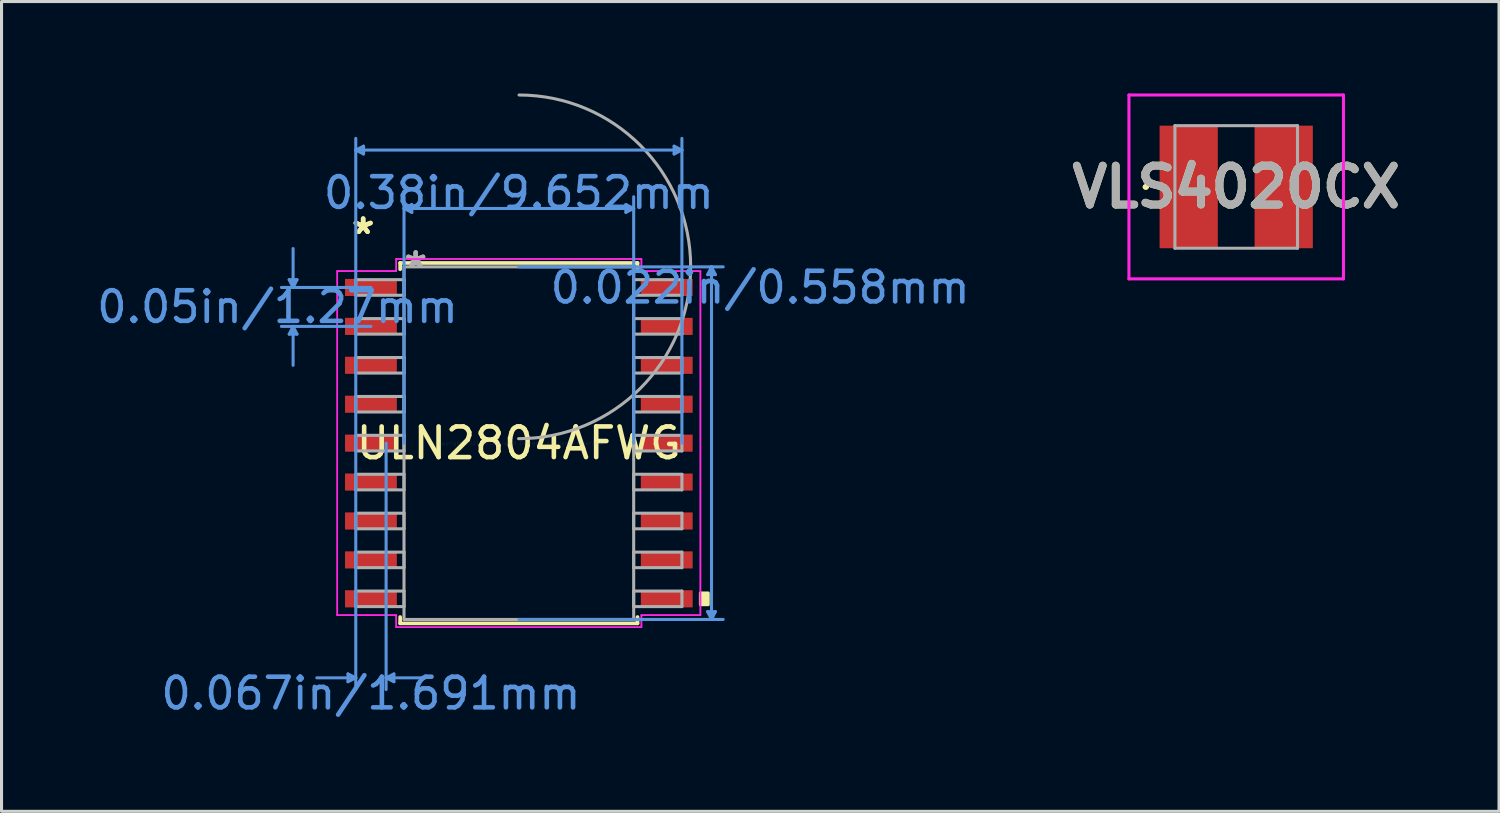
<source format=kicad_pcb>
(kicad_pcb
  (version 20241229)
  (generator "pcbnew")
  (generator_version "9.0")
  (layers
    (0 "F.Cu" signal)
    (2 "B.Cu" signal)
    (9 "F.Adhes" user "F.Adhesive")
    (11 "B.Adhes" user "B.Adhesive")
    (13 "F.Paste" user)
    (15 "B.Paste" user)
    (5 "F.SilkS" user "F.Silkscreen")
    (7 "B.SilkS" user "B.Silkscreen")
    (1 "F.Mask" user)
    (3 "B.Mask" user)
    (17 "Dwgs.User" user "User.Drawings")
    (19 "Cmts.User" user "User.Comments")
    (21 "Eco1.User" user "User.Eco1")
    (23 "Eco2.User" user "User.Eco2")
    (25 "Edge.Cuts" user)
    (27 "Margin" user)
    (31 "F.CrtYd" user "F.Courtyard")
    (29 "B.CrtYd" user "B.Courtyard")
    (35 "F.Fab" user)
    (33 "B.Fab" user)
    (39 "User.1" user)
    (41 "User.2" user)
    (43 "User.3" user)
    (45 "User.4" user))
  (footprint "ULN2804AFWG"
    (layer "F.Cu")
    (at 13.88 11.41)
    (property "Reference" "ULN2804AFWG" (at 0 0 0) (layer "F.SilkS") (effects (font (size 1 1) (thickness 0.15))))
    (attr through_hole)
    (fp_line (start -3.873 -5.88) (end -3.873 -5.674) (stroke (width 0.12) (type solid)) (layer "F.SilkS"))
    (fp_line (start -3.873 5.674) (end -3.873 5.88) (stroke (width 0.12) (type solid)) (layer "F.SilkS"))
    (fp_line (start -3.873 5.88) (end 3.873 5.88) (stroke (width 0.12) (type solid)) (layer "F.SilkS"))
    (fp_line (start 3.873 -5.88) (end -3.873 -5.88) (stroke (width 0.12) (type solid)) (layer "F.SilkS"))
    (fp_line (start 3.873 -5.674) (end 3.873 -5.88) (stroke (width 0.12) (type solid)) (layer "F.SilkS"))
    (fp_line (start 3.873 5.88) (end 3.873 5.674) (stroke (width 0.12) (type solid)) (layer "F.SilkS"))
    (fp_poly (pts (xy 6.179 4.889) (xy 6.179 5.271) (xy 5.925 5.271) (xy 5.925 4.889)) (stroke (width 0.1) (type solid)) (fill yes) (layer "F.SilkS"))
    (fp_line (start -7.493 -5.334) (end -7.239 -5.334) (stroke (width 0.1) (type solid)) (layer "Cmts.User"))
    (fp_line (start -7.493 -3.556) (end -7.239 -3.556) (stroke (width 0.1) (type solid)) (layer "Cmts.User"))
    (fp_line (start -7.366 -5.08) (end -7.493 -5.334) (stroke (width 0.1) (type solid)) (layer "Cmts.User"))
    (fp_line (start -7.366 -5.08) (end -7.366 -6.35) (stroke (width 0.1) (type solid)) (layer "Cmts.User"))
    (fp_line (start -7.366 -5.08) (end -7.239 -5.334) (stroke (width 0.1) (type solid)) (layer "Cmts.User"))
    (fp_line (start -7.366 -3.81) (end -7.493 -3.556) (stroke (width 0.1) (type solid)) (layer "Cmts.User"))
    (fp_line (start -7.366 -3.81) (end -7.366 -2.54) (stroke (width 0.1) (type solid)) (layer "Cmts.User"))
    (fp_line (start -7.366 -3.81) (end -7.239 -3.556) (stroke (width 0.1) (type solid)) (layer "Cmts.User"))
    (fp_line (start -5.575 7.531) (end -5.575 7.785) (stroke (width 0.1) (type solid)) (layer "Cmts.User"))
    (fp_line (start -5.321 -9.563) (end -5.067 -9.69) (stroke (width 0.1) (type solid)) (layer "Cmts.User"))
    (fp_line (start -5.321 -9.563) (end -5.067 -9.436) (stroke (width 0.1) (type solid)) (layer "Cmts.User"))
    (fp_line (start -5.321 -9.563) (end 5.321 -9.563) (stroke (width 0.1) (type solid)) (layer "Cmts.User"))
    (fp_line (start -5.321 0) (end -5.321 -9.944) (stroke (width 0.1) (type solid)) (layer "Cmts.User"))
    (fp_line (start -5.321 0) (end -5.321 8.039) (stroke (width 0.1) (type solid)) (layer "Cmts.User"))
    (fp_line (start -5.321 7.658) (end -6.591 7.658) (stroke (width 0.1) (type solid)) (layer "Cmts.User"))
    (fp_line (start -5.321 7.658) (end -5.575 7.531) (stroke (width 0.1) (type solid)) (layer "Cmts.User"))
    (fp_line (start -5.321 7.658) (end -5.575 7.785) (stroke (width 0.1) (type solid)) (layer "Cmts.User"))
    (fp_line (start -5.067 -9.69) (end -5.067 -9.436) (stroke (width 0.1) (type solid)) (layer "Cmts.User"))
    (fp_line (start -4.826 -5.08) (end -7.747 -5.08) (stroke (width 0.1) (type solid)) (layer "Cmts.User"))
    (fp_line (start -4.826 -3.81) (end -7.747 -3.81) (stroke (width 0.1) (type solid)) (layer "Cmts.User"))
    (fp_line (start -4.331 0) (end -4.331 8.039) (stroke (width 0.1) (type solid)) (layer "Cmts.User"))
    (fp_line (start -4.331 7.658) (end -4.077 7.531) (stroke (width 0.1) (type solid)) (layer "Cmts.User"))
    (fp_line (start -4.331 7.658) (end -4.077 7.785) (stroke (width 0.1) (type solid)) (layer "Cmts.User"))
    (fp_line (start -4.331 7.658) (end -3.061 7.658) (stroke (width 0.1) (type solid)) (layer "Cmts.User"))
    (fp_line (start -4.077 7.531) (end -4.077 7.785) (stroke (width 0.1) (type solid)) (layer "Cmts.User"))
    (fp_line (start -3.747 -7.658) (end -3.493 -7.785) (stroke (width 0.1) (type solid)) (layer "Cmts.User"))
    (fp_line (start -3.747 -7.658) (end -3.493 -7.531) (stroke (width 0.1) (type solid)) (layer "Cmts.User"))
    (fp_line (start -3.747 -7.658) (end 3.747 -7.658) (stroke (width 0.1) (type solid)) (layer "Cmts.User"))
    (fp_line (start -3.747 0) (end -3.747 -8.039) (stroke (width 0.1) (type solid)) (layer "Cmts.User"))
    (fp_line (start -3.493 -7.785) (end -3.493 -7.531) (stroke (width 0.1) (type solid)) (layer "Cmts.User"))
    (fp_line (start 0 -5.753) (end 6.668 -5.753) (stroke (width 0.1) (type solid)) (layer "Cmts.User"))
    (fp_line (start 0 5.753) (end 6.668 5.753) (stroke (width 0.1) (type solid)) (layer "Cmts.User"))
    (fp_line (start 3.493 -7.785) (end 3.493 -7.531) (stroke (width 0.1) (type solid)) (layer "Cmts.User"))
    (fp_line (start 3.747 -7.658) (end 3.493 -7.785) (stroke (width 0.1) (type solid)) (layer "Cmts.User"))
    (fp_line (start 3.747 -7.658) (end 3.493 -7.531) (stroke (width 0.1) (type solid)) (layer "Cmts.User"))
    (fp_line (start 3.747 0) (end 3.747 -8.039) (stroke (width 0.1) (type solid)) (layer "Cmts.User"))
    (fp_line (start 5.067 -9.69) (end 5.067 -9.436) (stroke (width 0.1) (type solid)) (layer "Cmts.User"))
    (fp_line (start 5.321 -9.563) (end 5.067 -9.69) (stroke (width 0.1) (type solid)) (layer "Cmts.User"))
    (fp_line (start 5.321 -9.563) (end 5.067 -9.436) (stroke (width 0.1) (type solid)) (layer "Cmts.User"))
    (fp_line (start 5.321 0) (end 5.321 -9.944) (stroke (width 0.1) (type solid)) (layer "Cmts.User"))
    (fp_line (start 6.16 -5.499) (end 6.413 -5.499) (stroke (width 0.1) (type solid)) (layer "Cmts.User"))
    (fp_line (start 6.16 5.499) (end 6.413 5.499) (stroke (width 0.1) (type solid)) (layer "Cmts.User"))
    (fp_line (start 6.287 -5.753) (end 6.16 -5.499) (stroke (width 0.1) (type solid)) (layer "Cmts.User"))
    (fp_line (start 6.287 -5.753) (end 6.287 5.753) (stroke (width 0.1) (type solid)) (layer "Cmts.User"))
    (fp_line (start 6.287 -5.753) (end 6.413 -5.499) (stroke (width 0.1) (type solid)) (layer "Cmts.User"))
    (fp_line (start 6.287 5.753) (end 6.16 5.499) (stroke (width 0.1) (type solid)) (layer "Cmts.User"))
    (fp_line (start 6.287 5.753) (end 6.413 5.499) (stroke (width 0.1) (type solid)) (layer "Cmts.User"))
    (fp_line (start -5.925 -5.613) (end -4 -5.613) (stroke (width 0.05) (type solid)) (layer "F.CrtYd"))
    (fp_line (start -5.925 -5.613) (end -4 -5.613) (stroke (width 0.05) (type solid)) (layer "F.CrtYd"))
    (fp_line (start -5.925 5.613) (end -5.925 -5.613) (stroke (width 0.05) (type solid)) (layer "F.CrtYd"))
    (fp_line (start -5.925 5.613) (end -5.925 -5.613) (stroke (width 0.05) (type solid)) (layer "F.CrtYd"))
    (fp_line (start -5.925 5.613) (end -4 5.613) (stroke (width 0.05) (type solid)) (layer "F.CrtYd"))
    (fp_line (start -4 -6.007) (end 4 -6.007) (stroke (width 0.05) (type solid)) (layer "F.CrtYd"))
    (fp_line (start -4 -6.007) (end 4 -6.007) (stroke (width 0.05) (type solid)) (layer "F.CrtYd"))
    (fp_line (start -4 -5.613) (end -4 -6.007) (stroke (width 0.05) (type solid)) (layer "F.CrtYd"))
    (fp_line (start -4 -5.613) (end -4 -6.007) (stroke (width 0.05) (type solid)) (layer "F.CrtYd"))
    (fp_line (start -4 5.613) (end -5.925 5.613) (stroke (width 0.05) (type solid)) (layer "F.CrtYd"))
    (fp_line (start -4 6.007) (end -4 5.613) (stroke (width 0.05) (type solid)) (layer "F.CrtYd"))
    (fp_line (start -4 6.007) (end -4 5.613) (stroke (width 0.05) (type solid)) (layer "F.CrtYd"))
    (fp_line (start 4 -6.007) (end 4 -5.613) (stroke (width 0.05) (type solid)) (layer "F.CrtYd"))
    (fp_line (start 4 -6.007) (end 4 -5.613) (stroke (width 0.05) (type solid)) (layer "F.CrtYd"))
    (fp_line (start 4 -5.613) (end 5.925 -5.613) (stroke (width 0.05) (type solid)) (layer "F.CrtYd"))
    (fp_line (start 4 5.613) (end 4 6.007) (stroke (width 0.05) (type solid)) (layer "F.CrtYd"))
    (fp_line (start 4 5.613) (end 4 6.007) (stroke (width 0.05) (type solid)) (layer "F.CrtYd"))
    (fp_line (start 4 6.007) (end -4 6.007) (stroke (width 0.05) (type solid)) (layer "F.CrtYd"))
    (fp_line (start 4 6.007) (end -4 6.007) (stroke (width 0.05) (type solid)) (layer "F.CrtYd"))
    (fp_line (start 5.925 -5.613) (end 4 -5.613) (stroke (width 0.05) (type solid)) (layer "F.CrtYd"))
    (fp_line (start 5.925 -5.613) (end 5.925 5.613) (stroke (width 0.05) (type solid)) (layer "F.CrtYd"))
    (fp_line (start 5.925 -5.613) (end 5.925 5.613) (stroke (width 0.05) (type solid)) (layer "F.CrtYd"))
    (fp_line (start 5.925 5.613) (end 4 5.613) (stroke (width 0.05) (type solid)) (layer "F.CrtYd"))
    (fp_line (start 5.925 5.613) (end 4 5.613) (stroke (width 0.05) (type solid)) (layer "F.CrtYd"))
    (fp_line (start -5.321 -5.334) (end -5.321 -4.826) (stroke (width 0.1) (type solid)) (layer "F.Fab"))
    (fp_line (start -5.321 -4.826) (end -3.747 -4.826) (stroke (width 0.1) (type solid)) (layer "F.Fab"))
    (fp_line (start -5.321 -4.064) (end -5.321 -3.556) (stroke (width 0.1) (type solid)) (layer "F.Fab"))
    (fp_line (start -5.321 -3.556) (end -3.747 -3.556) (stroke (width 0.1) (type solid)) (layer "F.Fab"))
    (fp_line (start -5.321 -2.794) (end -5.321 -2.286) (stroke (width 0.1) (type solid)) (layer "F.Fab"))
    (fp_line (start -5.321 -2.286) (end -3.747 -2.286) (stroke (width 0.1) (type solid)) (layer "F.Fab"))
    (fp_line (start -5.321 -1.524) (end -5.321 -1.016) (stroke (width 0.1) (type solid)) (layer "F.Fab"))
    (fp_line (start -5.321 -1.016) (end -3.747 -1.016) (stroke (width 0.1) (type solid)) (layer "F.Fab"))
    (fp_line (start -5.321 -0.254) (end -5.321 0.254) (stroke (width 0.1) (type solid)) (layer "F.Fab"))
    (fp_line (start -5.321 0.254) (end -3.747 0.254) (stroke (width 0.1) (type solid)) (layer "F.Fab"))
    (fp_line (start -5.321 1.016) (end -5.321 1.524) (stroke (width 0.1) (type solid)) (layer "F.Fab"))
    (fp_line (start -5.321 1.524) (end -3.747 1.524) (stroke (width 0.1) (type solid)) (layer "F.Fab"))
    (fp_line (start -5.321 2.286) (end -5.321 2.794) (stroke (width 0.1) (type solid)) (layer "F.Fab"))
    (fp_line (start -5.321 2.794) (end -3.747 2.794) (stroke (width 0.1) (type solid)) (layer "F.Fab"))
    (fp_line (start -5.321 3.556) (end -5.321 4.064) (stroke (width 0.1) (type solid)) (layer "F.Fab"))
    (fp_line (start -5.321 4.064) (end -3.747 4.064) (stroke (width 0.1) (type solid)) (layer "F.Fab"))
    (fp_line (start -5.321 4.826) (end -5.321 5.334) (stroke (width 0.1) (type solid)) (layer "F.Fab"))
    (fp_line (start -5.321 5.334) (end -3.747 5.334) (stroke (width 0.1) (type solid)) (layer "F.Fab"))
    (fp_line (start -3.747 -5.753) (end -3.747 5.753) (stroke (width 0.1) (type solid)) (layer "F.Fab"))
    (fp_line (start -3.747 -5.334) (end -5.321 -5.334) (stroke (width 0.1) (type solid)) (layer "F.Fab"))
    (fp_line (start -3.747 -4.826) (end -3.747 -5.334) (stroke (width 0.1) (type solid)) (layer "F.Fab"))
    (fp_line (start -3.747 -4.064) (end -5.321 -4.064) (stroke (width 0.1) (type solid)) (layer "F.Fab"))
    (fp_line (start -3.747 -3.556) (end -3.747 -4.064) (stroke (width 0.1) (type solid)) (layer "F.Fab"))
    (fp_line (start -3.747 -2.794) (end -5.321 -2.794) (stroke (width 0.1) (type solid)) (layer "F.Fab"))
    (fp_line (start -3.747 -2.286) (end -3.747 -2.794) (stroke (width 0.1) (type solid)) (layer "F.Fab"))
    (fp_line (start -3.747 -1.524) (end -5.321 -1.524) (stroke (width 0.1) (type solid)) (layer "F.Fab"))
    (fp_line (start -3.747 -1.016) (end -3.747 -1.524) (stroke (width 0.1) (type solid)) (layer "F.Fab"))
    (fp_line (start -3.747 -0.254) (end -5.321 -0.254) (stroke (width 0.1) (type solid)) (layer "F.Fab"))
    (fp_line (start -3.747 0.254) (end -3.747 -0.254) (stroke (width 0.1) (type solid)) (layer "F.Fab"))
    (fp_line (start -3.747 1.016) (end -5.321 1.016) (stroke (width 0.1) (type solid)) (layer "F.Fab"))
    (fp_line (start -3.747 1.524) (end -3.747 1.016) (stroke (width 0.1) (type solid)) (layer "F.Fab"))
    (fp_line (start -3.747 2.286) (end -5.321 2.286) (stroke (width 0.1) (type solid)) (layer "F.Fab"))
    (fp_line (start -3.747 2.794) (end -3.747 2.286) (stroke (width 0.1) (type solid)) (layer "F.Fab"))
    (fp_line (start -3.747 3.556) (end -5.321 3.556) (stroke (width 0.1) (type solid)) (layer "F.Fab"))
    (fp_line (start -3.747 4.064) (end -3.747 3.556) (stroke (width 0.1) (type solid)) (layer "F.Fab"))
    (fp_line (start -3.747 4.826) (end -5.321 4.826) (stroke (width 0.1) (type solid)) (layer "F.Fab"))
    (fp_line (start -3.747 5.334) (end -3.747 4.826) (stroke (width 0.1) (type solid)) (layer "F.Fab"))
    (fp_line (start -3.747 5.753) (end 3.747 5.753) (stroke (width 0.1) (type solid)) (layer "F.Fab"))
    (fp_line (start 3.747 -5.753) (end -3.747 -5.753) (stroke (width 0.1) (type solid)) (layer "F.Fab"))
    (fp_line (start 3.747 -5.334) (end 3.747 -4.826) (stroke (width 0.1) (type solid)) (layer "F.Fab"))
    (fp_line (start 3.747 -4.826) (end 5.321 -4.826) (stroke (width 0.1) (type solid)) (layer "F.Fab"))
    (fp_line (start 3.747 -4.064) (end 3.747 -3.556) (stroke (width 0.1) (type solid)) (layer "F.Fab"))
    (fp_line (start 3.747 -3.556) (end 5.321 -3.556) (stroke (width 0.1) (type solid)) (layer "F.Fab"))
    (fp_line (start 3.747 -2.794) (end 3.747 -2.286) (stroke (width 0.1) (type solid)) (layer "F.Fab"))
    (fp_line (start 3.747 -2.286) (end 5.321 -2.286) (stroke (width 0.1) (type solid)) (layer "F.Fab"))
    (fp_line (start 3.747 -1.524) (end 3.747 -1.016) (stroke (width 0.1) (type solid)) (layer "F.Fab"))
    (fp_line (start 3.747 -1.016) (end 5.321 -1.016) (stroke (width 0.1) (type solid)) (layer "F.Fab"))
    (fp_line (start 3.747 -0.254) (end 3.747 0.254) (stroke (width 0.1) (type solid)) (layer "F.Fab"))
    (fp_line (start 3.747 0.254) (end 5.321 0.254) (stroke (width 0.1) (type solid)) (layer "F.Fab"))
    (fp_line (start 3.747 1.016) (end 3.747 1.524) (stroke (width 0.1) (type solid)) (layer "F.Fab"))
    (fp_line (start 3.747 1.524) (end 5.321 1.524) (stroke (width 0.1) (type solid)) (layer "F.Fab"))
    (fp_line (start 3.747 2.286) (end 3.747 2.794) (stroke (width 0.1) (type solid)) (layer "F.Fab"))
    (fp_line (start 3.747 2.794) (end 5.321 2.794) (stroke (width 0.1) (type solid)) (layer "F.Fab"))
    (fp_line (start 3.747 3.556) (end 3.747 4.064) (stroke (width 0.1) (type solid)) (layer "F.Fab"))
    (fp_line (start 3.747 4.064) (end 5.321 4.064) (stroke (width 0.1) (type solid)) (layer "F.Fab"))
    (fp_line (start 3.747 4.826) (end 3.747 5.334) (stroke (width 0.1) (type solid)) (layer "F.Fab"))
    (fp_line (start 3.747 5.334) (end 5.321 5.334) (stroke (width 0.1) (type solid)) (layer "F.Fab"))
    (fp_line (start 3.747 5.753) (end 3.747 -5.753) (stroke (width 0.1) (type solid)) (layer "F.Fab"))
    (fp_line (start 5.321 -5.334) (end 3.747 -5.334) (stroke (width 0.1) (type solid)) (layer "F.Fab"))
    (fp_line (start 5.321 -4.826) (end 5.321 -5.334) (stroke (width 0.1) (type solid)) (layer "F.Fab"))
    (fp_line (start 5.321 -4.064) (end 3.747 -4.064) (stroke (width 0.1) (type solid)) (layer "F.Fab"))
    (fp_line (start 5.321 -3.556) (end 5.321 -4.064) (stroke (width 0.1) (type solid)) (layer "F.Fab"))
    (fp_line (start 5.321 -2.794) (end 3.747 -2.794) (stroke (width 0.1) (type solid)) (layer "F.Fab"))
    (fp_line (start 5.321 -2.286) (end 5.321 -2.794) (stroke (width 0.1) (type solid)) (layer "F.Fab"))
    (fp_line (start 5.321 -1.524) (end 3.747 -1.524) (stroke (width 0.1) (type solid)) (layer "F.Fab"))
    (fp_line (start 5.321 -1.016) (end 5.321 -1.524) (stroke (width 0.1) (type solid)) (layer "F.Fab"))
    (fp_line (start 5.321 -0.254) (end 3.747 -0.254) (stroke (width 0.1) (type solid)) (layer "F.Fab"))
    (fp_line (start 5.321 0.254) (end 5.321 -0.254) (stroke (width 0.1) (type solid)) (layer "F.Fab"))
    (fp_line (start 5.321 1.016) (end 3.747 1.016) (stroke (width 0.1) (type solid)) (layer "F.Fab"))
    (fp_line (start 5.321 1.524) (end 5.321 1.016) (stroke (width 0.1) (type solid)) (layer "F.Fab"))
    (fp_line (start 5.321 2.286) (end 3.747 2.286) (stroke (width 0.1) (type solid)) (layer "F.Fab"))
    (fp_line (start 5.321 2.794) (end 5.321 2.286) (stroke (width 0.1) (type solid)) (layer "F.Fab"))
    (fp_line (start 5.321 3.556) (end 3.747 3.556) (stroke (width 0.1) (type solid)) (layer "F.Fab"))
    (fp_line (start 5.321 4.064) (end 5.321 3.556) (stroke (width 0.1) (type solid)) (layer "F.Fab"))
    (fp_line (start 5.321 4.826) (end 3.747 4.826) (stroke (width 0.1) (type solid)) (layer "F.Fab"))
    (fp_line (start 5.321 5.334) (end 5.321 4.826) (stroke (width 0.1) (type solid)) (layer "F.Fab"))
    (fp_arc (start 0.007742 -11.360071) (mid 5.606971 -5.745358) (end -0.007742 -0.146129) (stroke (width 0.1) (type solid)) (layer "F.Fab"))
    (fp_text user "*" (at -5.08 -6.781 0) (layer "F.SilkS") (effects (font (size 1 1) (thickness 0.15))))
    (fp_text user "*" (at -5.08 -6.781 0) (layer "F.SilkS") (effects (font (size 1 1) (thickness 0.15))))
    (fp_text user "0.022in/0.558mm" (at 7.874 -5.08 0) (layer "Cmts.User") (effects (font (size 1 1) (thickness 0.15))))
    (fp_text user "0.05in/1.27mm" (at -7.874 -4.445 0) (layer "Cmts.User") (effects (font (size 1 1) (thickness 0.15))))
    (fp_text user "Copyright 2021 Accelerated Designs. All rights reserved." (at 0 0 0) (layer "Cmts.User") (effects (font (size 0.127 0.127) (thickness 0.002))))
    (fp_text user "0.067in/1.691mm" (at -4.826 8.166 0) (layer "Cmts.User") (effects (font (size 1 1) (thickness 0.15))))
    (fp_text user "0.38in/9.652mm" (at 0 -8.166 0) (layer "Cmts.User") (effects (font (size 1 1) (thickness 0.15))))
    (fp_text user "*" (at -3.365 -5.677 0) (layer "F.Fab") (effects (font (size 1 1) (thickness 0.15))))
    (fp_text user "*" (at -3.365 -5.677 0) (layer "F.Fab") (effects (font (size 1 1) (thickness 0.15))))
    (pad "1" smd rect (at -4.826 -5.08) (size 1.691 0.558) (layers "F.Cu" "F.Mask" "F.Paste"))
    (pad "2" smd rect (at -4.826 -3.81) (size 1.691 0.558) (layers "F.Cu" "F.Mask" "F.Paste"))
    (pad "3" smd rect (at -4.826 -2.54) (size 1.691 0.558) (layers "F.Cu" "F.Mask" "F.Paste"))
    (pad "4" smd rect (at -4.826 -1.27) (size 1.691 0.558) (layers "F.Cu" "F.Mask" "F.Paste"))
    (pad "5" smd rect (at -4.826 0) (size 1.691 0.558) (layers "F.Cu" "F.Mask" "F.Paste"))
    (pad "6" smd rect (at -4.826 1.27) (size 1.691 0.558) (layers "F.Cu" "F.Mask" "F.Paste"))
    (pad "7" smd rect (at -4.826 2.54) (size 1.691 0.558) (layers "F.Cu" "F.Mask" "F.Paste"))
    (pad "8" smd rect (at -4.826 3.81) (size 1.691 0.558) (layers "F.Cu" "F.Mask" "F.Paste"))
    (pad "9" smd rect (at -4.826 5.08) (size 1.691 0.558) (layers "F.Cu" "F.Mask" "F.Paste"))
    (pad "10" smd rect (at 4.826 5.08) (size 1.691 0.558) (layers "F.Cu" "F.Mask" "F.Paste"))
    (pad "11" smd rect (at 4.826 3.81) (size 1.691 0.558) (layers "F.Cu" "F.Mask" "F.Paste"))
    (pad "12" smd rect (at 4.826 2.54) (size 1.691 0.558) (layers "F.Cu" "F.Mask" "F.Paste"))
    (pad "13" smd rect (at 4.826 1.27) (size 1.691 0.558) (layers "F.Cu" "F.Mask" "F.Paste"))
    (pad "14" smd rect (at 4.826 0) (size 1.691 0.558) (layers "F.Cu" "F.Mask" "F.Paste"))
    (pad "15" smd rect (at 4.826 -1.27) (size 1.691 0.558) (layers "F.Cu" "F.Mask" "F.Paste"))
    (pad "16" smd rect (at 4.826 -2.54) (size 1.691 0.558) (layers "F.Cu" "F.Mask" "F.Paste"))
    (pad "17" smd rect (at 4.826 -3.81) (size 1.691 0.558) (layers "F.Cu" "F.Mask" "F.Paste"))
    (pad "18" smd rect (at 4.826 -5.08) (size 1.691 0.558) (layers "F.Cu" "F.Mask" "F.Paste")))
  (footprint "VLS4020CX"
    (layer "F.Cu")
    (at 37.288 3.05)
    (property "Reference" "VLS4020CX" (at 0 0 0) (layer "F.SilkS") (effects (font (size 1.27 1.27) (thickness 0.254))))
    (attr smd)
    (fp_line (start -3 0) (end -3 0) (stroke (width 0.1) (type solid)) (layer "F.SilkS"))
    (fp_line (start -2.9 0) (end -2.9 0) (stroke (width 0.1) (type solid)) (layer "F.SilkS"))
    (fp_arc (start -3 0) (mid -2.95 -0.05) (end -2.9 0) (stroke (width 0.1) (type solid)) (layer "F.SilkS"))
    (fp_arc (start -2.9 0) (mid -2.95 0.05) (end -3 0) (stroke (width 0.1) (type solid)) (layer "F.SilkS"))
    (fp_line (start -3.5 -3) (end 3.5 -3) (stroke (width 0.1) (type solid)) (layer "F.CrtYd"))
    (fp_line (start -3.5 3) (end -3.5 -3) (stroke (width 0.1) (type solid)) (layer "F.CrtYd"))
    (fp_line (start 3.5 -3) (end 3.5 3) (stroke (width 0.1) (type solid)) (layer "F.CrtYd"))
    (fp_line (start 3.5 3) (end -3.5 3) (stroke (width 0.1) (type solid)) (layer "F.CrtYd"))
    (fp_line (start -2 -2) (end -2 2) (stroke (width 0.1) (type solid)) (layer "F.Fab"))
    (fp_line (start -2 2) (end 2 2) (stroke (width 0.1) (type solid)) (layer "F.Fab"))
    (fp_line (start 2 -2) (end -2 -2) (stroke (width 0.1) (type solid)) (layer "F.Fab"))
    (fp_line (start 2 2) (end 2 -2) (stroke (width 0.1) (type solid)) (layer "F.Fab"))
    (fp_text user "${REFERENCE}" (at 0 0 0) (layer "F.Fab") (effects (font (size 1.27 1.27) (thickness 0.254))))
    (pad "1" smd rect (at -1.55 0) (size 1.9 4) (layers "F.Cu" "F.Mask" "F.Paste"))
    (pad "2" smd rect (at 1.55 0) (size 1.9 4) (layers "F.Cu" "F.Mask" "F.Paste")))
  (gr_rect
    (start -3 -3)
    (end 45.864 23.424)
    (stroke (width 0.1) (type default))
    (fill no)
    (layer "Edge.Cuts")))
</source>
